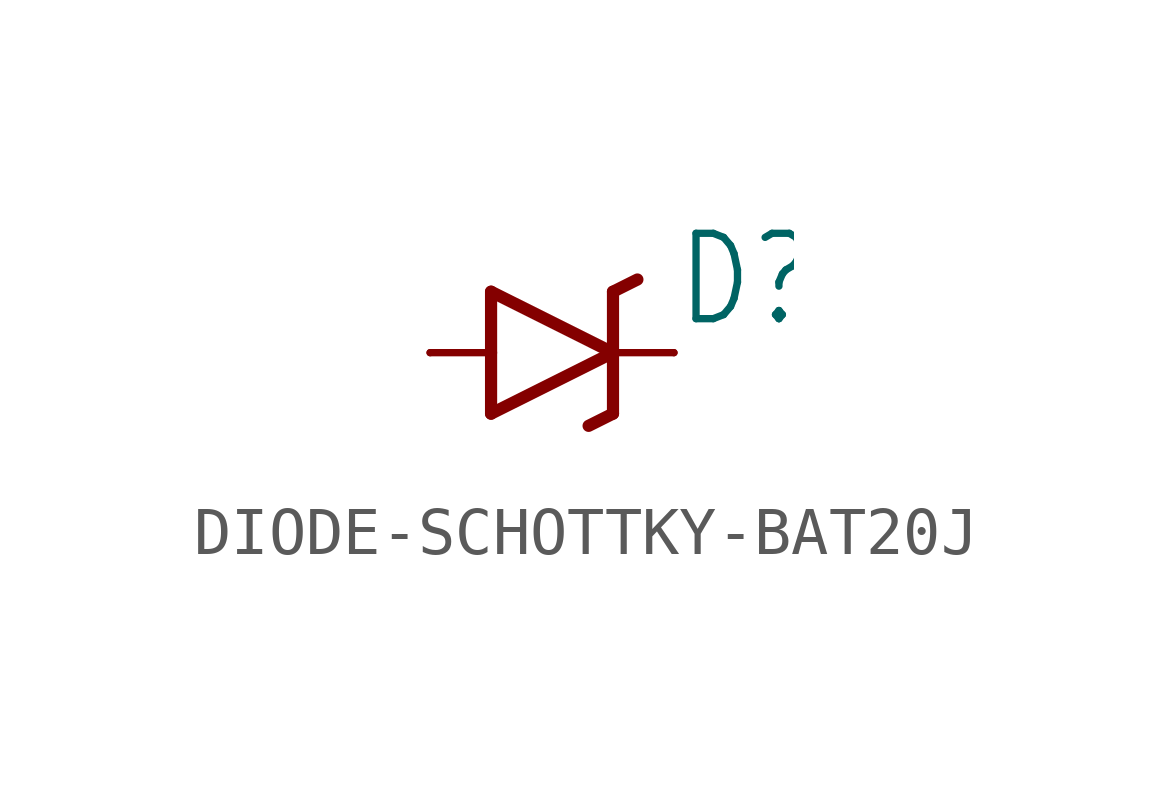
<source format=kicad_sym>
(kicad_symbol_lib
  (version 20231120)
  (generator "kicad_symbol_editor")
  (generator_version "8.0")
  (symbol "DIODE-SCHOTTKY-BAT20J"
    (property "Reference" "D"
      (at 2.54 0.483 0)
      (effects (font (size 1.778 1.511)) (justify left bottom)))
    (property "Value" ""
      (at 2.54 -2.311 0)
      (effects (font (size 1.778 1.511)) (justify left bottom)))
    (property "ki_locked" ""
      (at 0 0 0)
      (effects (font (size 1.27 1.27))))
    (symbol "DIODE-SCHOTTKY-BAT20J_1_0"
      (polyline (pts (xy -2.54 0) (xy -1.27 0)) (stroke (width 0.152) (type solid)) (fill (type none)))
      (polyline (pts (xy -1.27 -1.27) (xy 1.27 0)) (stroke (width 0.254) (type solid)) (fill (type none)))
      (polyline (pts (xy -1.27 0) (xy -1.27 -1.27)) (stroke (width 0.254) (type solid)) (fill (type none)))
      (polyline (pts (xy -1.27 1.27) (xy -1.27 0)) (stroke (width 0.254) (type solid)) (fill (type none)))
      (polyline (pts (xy 1.27 -1.27) (xy 0.762 -1.524)) (stroke (width 0.254) (type solid)) (fill (type none)))
      (polyline (pts (xy 1.27 0) (xy -1.27 1.27)) (stroke (width 0.254) (type solid)) (fill (type none)))
      (polyline (pts (xy 1.27 0) (xy 1.27 -1.27)) (stroke (width 0.254) (type solid)) (fill (type none)))
      (polyline (pts (xy 1.27 1.27) (xy 1.27 0)) (stroke (width 0.254) (type solid)) (fill (type none)))
      (polyline (pts (xy 1.27 1.27) (xy 1.778 1.524)) (stroke (width 0.254) (type solid)) (fill (type none)))
      (polyline (pts (xy 2.54 0) (xy 1.27 0)) (stroke (width 0.152) (type solid)) (fill (type none)))
      (pin passive line (at -2.54 0 0) (length 0) (name "A" (effects (font (size 0 0)))) (number "A" (effects (font (size 0 0)))))
      (pin passive line (at 2.54 0 180) (length 0) (name "C" (effects (font (size 0 0)))) (number "C" (effects (font (size 0 0))))))))
</source>
